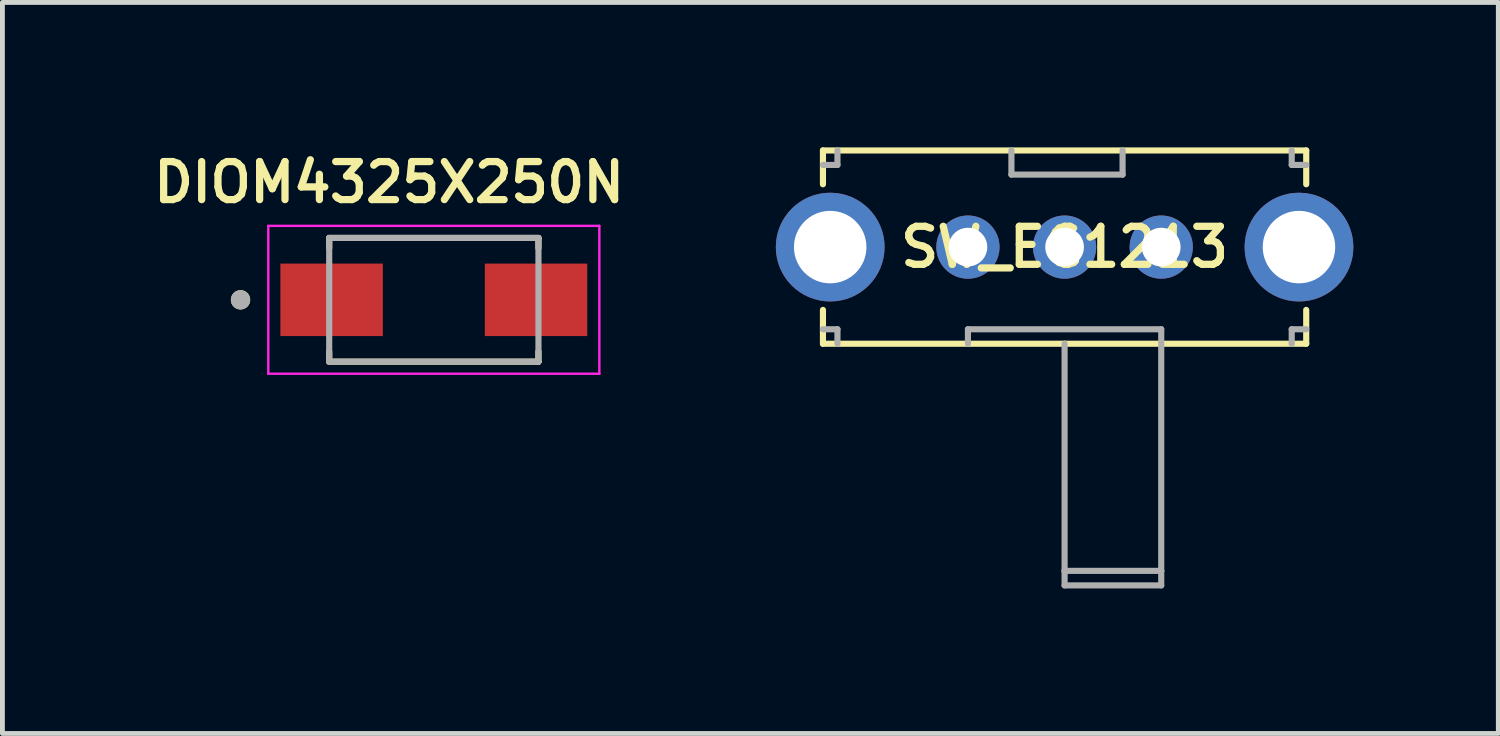
<source format=kicad_pcb>
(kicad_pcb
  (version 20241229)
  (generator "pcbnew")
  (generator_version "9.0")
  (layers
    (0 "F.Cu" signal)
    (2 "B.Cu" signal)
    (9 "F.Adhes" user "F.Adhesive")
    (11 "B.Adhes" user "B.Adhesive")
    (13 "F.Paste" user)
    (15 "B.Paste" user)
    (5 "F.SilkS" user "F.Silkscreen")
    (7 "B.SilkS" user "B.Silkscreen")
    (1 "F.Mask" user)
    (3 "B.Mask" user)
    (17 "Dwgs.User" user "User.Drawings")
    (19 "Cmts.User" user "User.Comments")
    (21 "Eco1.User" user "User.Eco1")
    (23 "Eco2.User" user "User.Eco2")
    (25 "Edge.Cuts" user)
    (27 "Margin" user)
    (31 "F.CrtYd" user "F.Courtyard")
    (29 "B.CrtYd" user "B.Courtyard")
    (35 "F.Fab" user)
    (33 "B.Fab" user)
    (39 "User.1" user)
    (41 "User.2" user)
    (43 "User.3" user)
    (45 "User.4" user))
  (footprint "SW_EG1213"
    (layer "F.Cu")
    (at 18.979 2.063)
    (property "Reference" "SW_EG1213" (at 0 0 0) (layer "F.SilkS") (effects (font (size 0.787 0.787) (thickness 0.15))))
    (attr through_hole)
    (fp_line (start -5 -2) (end -5 -1.3) (stroke (width 0.127) (type solid)) (layer "F.SilkS"))
    (fp_line (start -5 -2) (end 5 -2) (stroke (width 0.127) (type solid)) (layer "F.SilkS"))
    (fp_line (start -5 1.3) (end -5 2) (stroke (width 0.127) (type solid)) (layer "F.SilkS"))
    (fp_line (start -2 2) (end -5 2) (stroke (width 0.127) (type solid)) (layer "F.SilkS"))
    (fp_line (start 0 2) (end -2 2) (stroke (width 0.127) (type solid)) (layer "F.SilkS"))
    (fp_line (start 2 2) (end 0 2) (stroke (width 0.127) (type solid)) (layer "F.SilkS"))
    (fp_line (start 5 -2) (end 5 -1.3) (stroke (width 0.127) (type solid)) (layer "F.SilkS"))
    (fp_line (start 5 1.3) (end 5 2) (stroke (width 0.127) (type solid)) (layer "F.SilkS"))
    (fp_line (start 5 2) (end 2 2) (stroke (width 0.127) (type solid)) (layer "F.SilkS"))
    (fp_line (start -5 1.7) (end -4.7 1.7) (stroke (width 0.127) (type solid)) (layer "F.Fab"))
    (fp_line (start -4.7 -2) (end -4.7 -1.7) (stroke (width 0.127) (type solid)) (layer "F.Fab"))
    (fp_line (start -4.7 -1.7) (end -5 -1.7) (stroke (width 0.127) (type solid)) (layer "F.Fab"))
    (fp_line (start -4.7 1.7) (end -4.7 2) (stroke (width 0.127) (type solid)) (layer "F.Fab"))
    (fp_line (start -2 1.7) (end -2 2) (stroke (width 0.127) (type solid)) (layer "F.Fab"))
    (fp_line (start -1.1 -2) (end -1.1 -1.5) (stroke (width 0.127) (type solid)) (layer "F.Fab"))
    (fp_line (start -1.1 -1.5) (end 1.2 -1.5) (stroke (width 0.127) (type solid)) (layer "F.Fab"))
    (fp_line (start 0 6.7) (end 0 2) (stroke (width 0.127) (type solid)) (layer "F.Fab"))
    (fp_line (start 0 6.7) (end 2 6.7) (stroke (width 0.127) (type solid)) (layer "F.Fab"))
    (fp_line (start 0 7) (end 0 6.7) (stroke (width 0.127) (type solid)) (layer "F.Fab"))
    (fp_line (start 1.2 -1.5) (end 1.2 -2) (stroke (width 0.127) (type solid)) (layer "F.Fab"))
    (fp_line (start 2 1.7) (end -2 1.7) (stroke (width 0.127) (type solid)) (layer "F.Fab"))
    (fp_line (start 2 1.7) (end 2 6.7) (stroke (width 0.127) (type solid)) (layer "F.Fab"))
    (fp_line (start 2 6.7) (end 2 7) (stroke (width 0.127) (type solid)) (layer "F.Fab"))
    (fp_line (start 2 7) (end 0 7) (stroke (width 0.127) (type solid)) (layer "F.Fab"))
    (fp_line (start 4.7 -2) (end 4.7 -1.7) (stroke (width 0.127) (type solid)) (layer "F.Fab"))
    (fp_line (start 4.7 -1.7) (end 5 -1.7) (stroke (width 0.127) (type solid)) (layer "F.Fab"))
    (fp_line (start 4.7 1.7) (end 4.7 2) (stroke (width 0.127) (type solid)) (layer "F.Fab"))
    (fp_line (start 5 1.7) (end 4.7 1.7) (stroke (width 0.127) (type solid)) (layer "F.Fab"))
    (pad "1" thru_hole circle (at -2 0) (size 1.308 1.308) (drill 0.8) (layers "*.Cu" "*.Mask"))
    (pad "2" thru_hole circle (at 0 0) (size 1.308 1.308) (drill 0.8) (layers "*.Cu" "*.Mask"))
    (pad "3" thru_hole circle (at 2 0) (size 1.308 1.308) (drill 0.8) (layers "*.Cu" "*.Mask"))
    (pad "P$4" thru_hole circle (at -4.85 0) (size 2.25 2.25) (drill 1.5) (layers "*.Cu" "*.Mask"))
    (pad "P$5" thru_hole circle (at 4.85 0) (size 2.25 2.25) (drill 1.5) (layers "*.Cu" "*.Mask")))
  (footprint "DIOM4325X250N"
    (layer "F.Cu")
    (at 5.927 3.154)
    (property "Reference" "DIOM4325X250N" (at -0.925 -2.43 0) (layer "F.SilkS") (effects (font (size 0.787 0.787) (thickness 0.15))))
    (attr through_hole)
    (fp_line (start -2.165 -1.28) (end -2.165 -1.07) (stroke (width 0.127) (type solid)) (layer "F.SilkS"))
    (fp_line (start -2.165 1.28) (end -2.165 1.07) (stroke (width 0.127) (type solid)) (layer "F.SilkS"))
    (fp_line (start -2.165 1.28) (end 2.165 1.28) (stroke (width 0.127) (type solid)) (layer "F.SilkS"))
    (fp_line (start 2.165 -1.28) (end -2.165 -1.28) (stroke (width 0.127) (type solid)) (layer "F.SilkS"))
    (fp_line (start 2.165 -1.07) (end 2.165 -1.28) (stroke (width 0.127) (type solid)) (layer "F.SilkS"))
    (fp_line (start 2.165 1.28) (end 2.165 1.07) (stroke (width 0.127) (type solid)) (layer "F.SilkS"))
    (fp_circle (center -4 0) (end -3.9 0) (stroke (width 0.2) (type solid)) (fill no) (layer "F.SilkS"))
    (fp_line (start -3.425 -1.53) (end -3.425 1.53) (stroke (width 0.05) (type solid)) (layer "F.CrtYd"))
    (fp_line (start -3.425 1.53) (end 3.425 1.53) (stroke (width 0.05) (type solid)) (layer "F.CrtYd"))
    (fp_line (start 3.425 -1.53) (end -3.425 -1.53) (stroke (width 0.05) (type solid)) (layer "F.CrtYd"))
    (fp_line (start 3.425 1.53) (end 3.425 -1.53) (stroke (width 0.05) (type solid)) (layer "F.CrtYd"))
    (fp_line (start -2.165 -1.28) (end -2.165 1.28) (stroke (width 0.127) (type solid)) (layer "F.Fab"))
    (fp_line (start -2.165 1.28) (end 2.165 1.28) (stroke (width 0.127) (type solid)) (layer "F.Fab"))
    (fp_line (start 2.165 -1.28) (end -2.165 -1.28) (stroke (width 0.127) (type solid)) (layer "F.Fab"))
    (fp_line (start 2.165 1.28) (end 2.165 -1.28) (stroke (width 0.127) (type solid)) (layer "F.Fab"))
    (fp_circle (center -4 0) (end -3.9 0) (stroke (width 0.2) (type solid)) (fill no) (layer "F.Fab"))
    (pad "A" smd rect (at 2.115 0) (size 2.12 1.5) (layers "F.Cu" "F.Mask" "F.Paste"))
    (pad "C" smd rect (at -2.115 0) (size 2.12 1.5) (layers "F.Cu" "F.Mask" "F.Paste")))
  (gr_rect
    (start -3 -3)
    (end 27.954 12.127)
    (stroke (width 0.1) (type default))
    (fill no)
    (layer "Edge.Cuts")))
</source>
